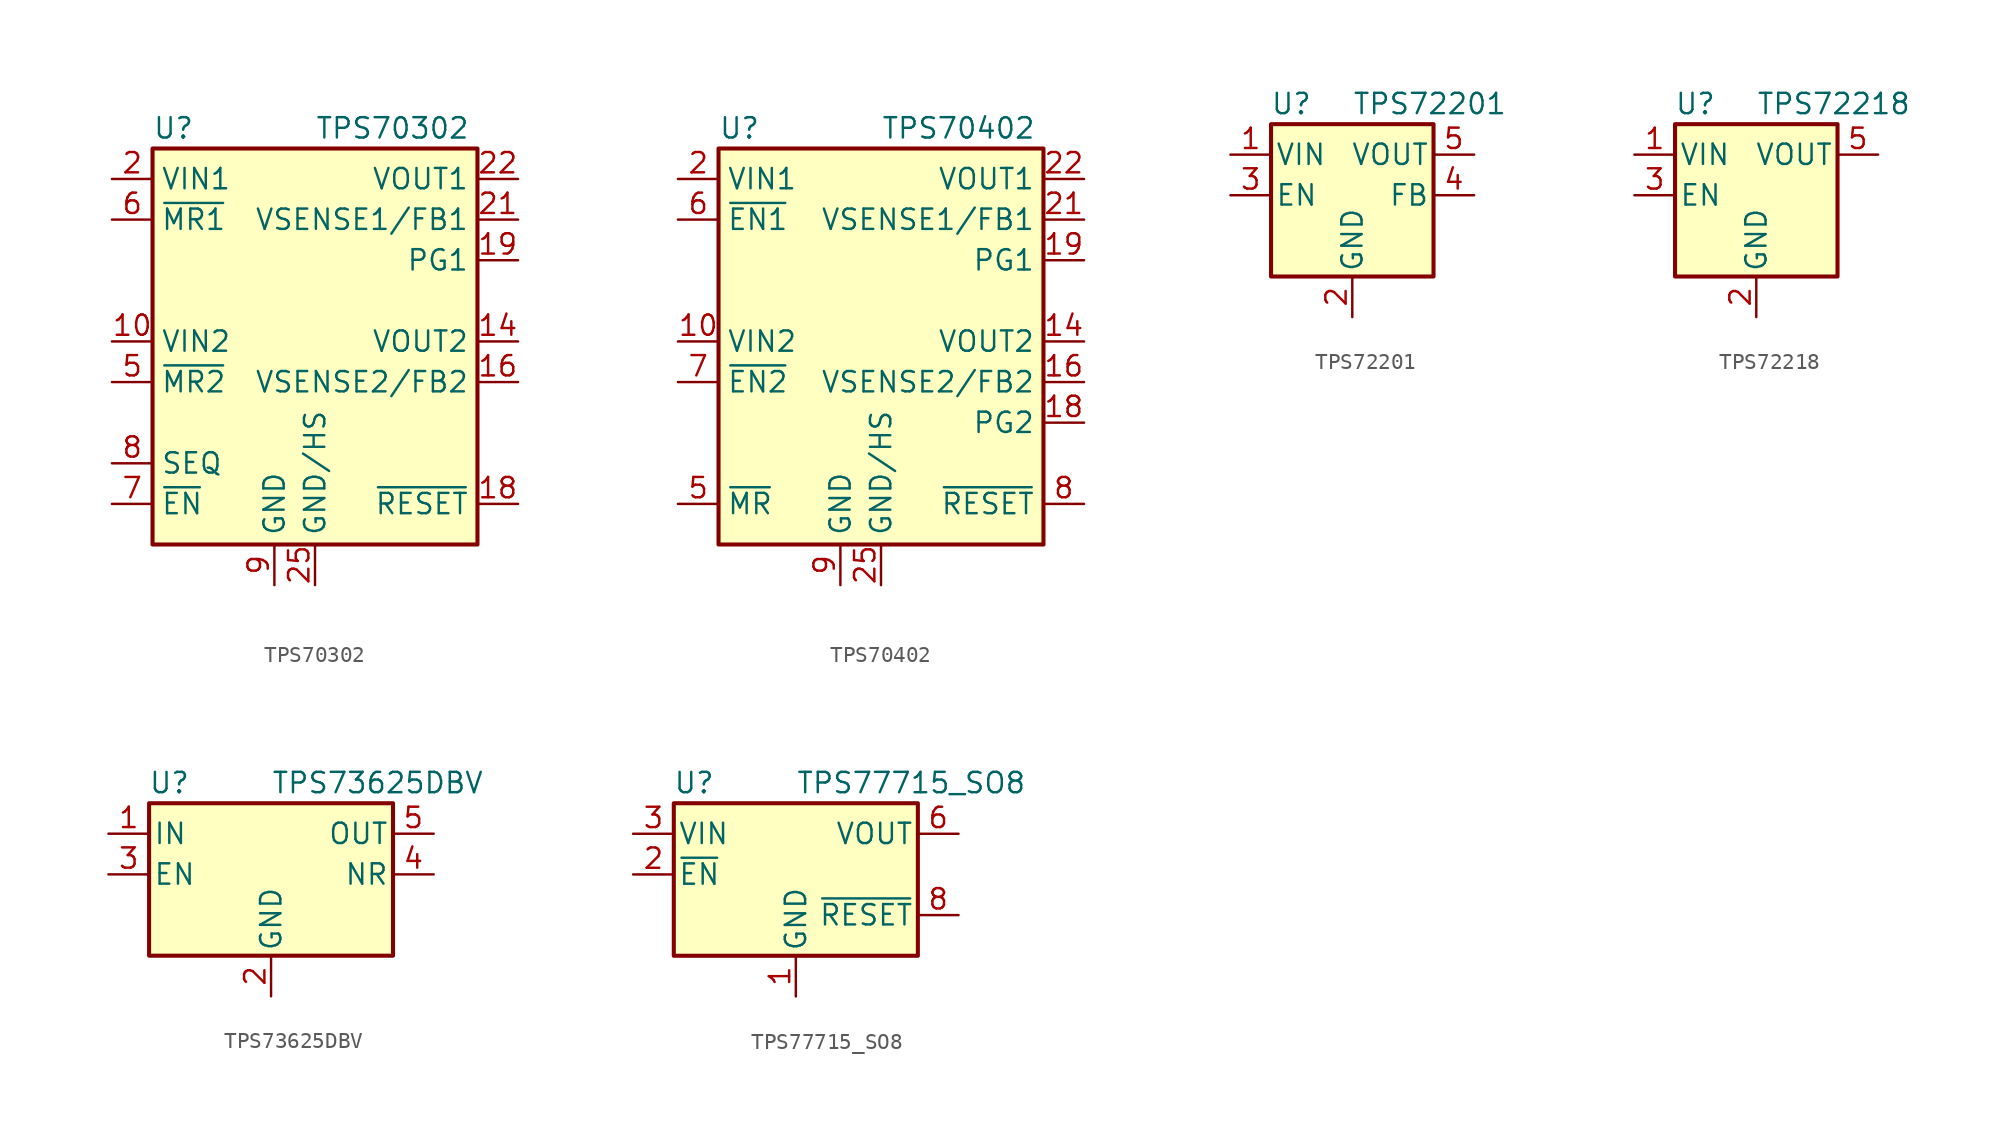
<source format=kicad_sym>
(kicad_symbol_lib
  (version 20201005)
  (generator kicad_symbol_editor)
  (symbol "TPS70302"
    (property "Reference" "U"
      (at -10.16 13.335 0)
      (effects (font (size 1.27 1.27)) (justify left)))
    (property "Value" "TPS70302"
      (at 0 13.335 0)
      (effects (font (size 1.27 1.27)) (justify left)))
    (symbol "TPS70302_0_1"
      (rectangle (start -10.16 12.065) (end 10.16 -12.7) (stroke (width 0.254)) (fill (type background))))
    (symbol "TPS70302_1_1"
      (pin passive line (at 0 -15.24 90) (length 2.54) hide (name "GND/HS" (effects (font (size 1.27 1.27)))) (number "1" (effects (font (size 1.27 1.27)))))
      (pin power_in line (at -12.7 0 0) (length 2.54) (name "VIN2" (effects (font (size 1.27 1.27)))) (number "10" (effects (font (size 1.27 1.27)))))
      (pin passive line (at -12.7 0 0) (length 2.54) hide (name "VIN2" (effects (font (size 1.27 1.27)))) (number "11" (effects (font (size 1.27 1.27)))))
      (pin passive line (at 0 -15.24 90) (length 2.54) hide (name "GND/HS" (effects (font (size 1.27 1.27)))) (number "12" (effects (font (size 1.27 1.27)))))
      (pin passive line (at 0 -15.24 90) (length 2.54) hide (name "GND/HS" (effects (font (size 1.27 1.27)))) (number "13" (effects (font (size 1.27 1.27)))))
      (pin power_out line (at 12.7 0 180) (length 2.54) (name "VOUT2" (effects (font (size 1.27 1.27)))) (number "14" (effects (font (size 1.27 1.27)))))
      (pin passive line (at 12.7 0 180) (length 2.54) hide (name "VOUT2" (effects (font (size 1.27 1.27)))) (number "15" (effects (font (size 1.27 1.27)))))
      (pin input line (at 12.7 -2.54 180) (length 2.54) (name "VSENSE2/FB2" (effects (font (size 1.27 1.27)))) (number "16" (effects (font (size 1.27 1.27)))))
      (pin no_connect line (at -10.16 2.54 0) (length 2.54) hide (name "NC" (effects (font (size 1.27 1.27)))) (number "17" (effects (font (size 1.27 1.27)))))
      (pin open_collector line (at 12.7 -10.16 180) (length 2.54) (name "~RESET" (effects (font (size 1.27 1.27)))) (number "18" (effects (font (size 1.27 1.27)))))
      (pin open_collector line (at 12.7 5.08 180) (length 2.54) (name "PG1" (effects (font (size 1.27 1.27)))) (number "19" (effects (font (size 1.27 1.27)))))
      (pin power_in line (at -12.7 10.16 0) (length 2.54) (name "VIN1" (effects (font (size 1.27 1.27)))) (number "2" (effects (font (size 1.27 1.27)))))
      (pin no_connect line (at -10.16 -5.08 0) (length 2.54) hide (name "NC" (effects (font (size 1.27 1.27)))) (number "20" (effects (font (size 1.27 1.27)))))
      (pin input line (at 12.7 7.62 180) (length 2.54) (name "VSENSE1/FB1" (effects (font (size 1.27 1.27)))) (number "21" (effects (font (size 1.27 1.27)))))
      (pin power_out line (at 12.7 10.16 180) (length 2.54) (name "VOUT1" (effects (font (size 1.27 1.27)))) (number "22" (effects (font (size 1.27 1.27)))))
      (pin passive line (at 12.7 10.16 180) (length 2.54) hide (name "VOUT1" (effects (font (size 1.27 1.27)))) (number "23" (effects (font (size 1.27 1.27)))))
      (pin passive line (at 0 -15.24 90) (length 2.54) hide (name "GND/HS" (effects (font (size 1.27 1.27)))) (number "24" (effects (font (size 1.27 1.27)))))
      (pin power_in line (at 0 -15.24 90) (length 2.54) (name "GND/HS" (effects (font (size 1.27 1.27)))) (number "25" (effects (font (size 1.27 1.27)))))
      (pin passive line (at -12.7 10.16 0) (length 2.54) hide (name "VIN1" (effects (font (size 1.27 1.27)))) (number "3" (effects (font (size 1.27 1.27)))))
      (pin no_connect line (at -10.16 5.08 0) (length 2.54) hide (name "NC" (effects (font (size 1.27 1.27)))) (number "4" (effects (font (size 1.27 1.27)))))
      (pin input line (at -12.7 -2.54 0) (length 2.54) (name "~MR2" (effects (font (size 1.27 1.27)))) (number "5" (effects (font (size 1.27 1.27)))))
      (pin input line (at -12.7 7.62 0) (length 2.54) (name "~MR1" (effects (font (size 1.27 1.27)))) (number "6" (effects (font (size 1.27 1.27)))))
      (pin input line (at -12.7 -10.16 0) (length 2.54) (name "~EN" (effects (font (size 1.27 1.27)))) (number "7" (effects (font (size 1.27 1.27)))))
      (pin input line (at -12.7 -7.62 0) (length 2.54) (name "SEQ" (effects (font (size 1.27 1.27)))) (number "8" (effects (font (size 1.27 1.27)))))
      (pin power_in line (at -2.54 -15.24 90) (length 2.54) (name "GND" (effects (font (size 1.27 1.27)))) (number "9" (effects (font (size 1.27 1.27)))))))
  (symbol "TPS70402"
    (property "Reference" "U"
      (at -10.16 13.335 0)
      (effects (font (size 1.27 1.27)) (justify left)))
    (property "Value" "TPS70402"
      (at 0 13.335 0)
      (effects (font (size 1.27 1.27)) (justify left)))
    (symbol "TPS70402_0_1"
      (rectangle (start -10.16 12.065) (end 10.16 -12.7) (stroke (width 0.254)) (fill (type background))))
    (symbol "TPS70402_1_1"
      (pin passive line (at 0 -15.24 90) (length 2.54) hide (name "GND/HS" (effects (font (size 1.27 1.27)))) (number "1" (effects (font (size 1.27 1.27)))))
      (pin power_in line (at -12.7 0 0) (length 2.54) (name "VIN2" (effects (font (size 1.27 1.27)))) (number "10" (effects (font (size 1.27 1.27)))))
      (pin passive line (at -12.7 0 0) (length 2.54) hide (name "VIN2" (effects (font (size 1.27 1.27)))) (number "11" (effects (font (size 1.27 1.27)))))
      (pin passive line (at 0 -15.24 90) (length 2.54) hide (name "GND/HS" (effects (font (size 1.27 1.27)))) (number "12" (effects (font (size 1.27 1.27)))))
      (pin passive line (at 0 -15.24 90) (length 2.54) hide (name "GND/HS" (effects (font (size 1.27 1.27)))) (number "13" (effects (font (size 1.27 1.27)))))
      (pin power_out line (at 12.7 0 180) (length 2.54) (name "VOUT2" (effects (font (size 1.27 1.27)))) (number "14" (effects (font (size 1.27 1.27)))))
      (pin passive line (at 12.7 0 180) (length 2.54) hide (name "VOUT2" (effects (font (size 1.27 1.27)))) (number "15" (effects (font (size 1.27 1.27)))))
      (pin input line (at 12.7 -2.54 180) (length 2.54) (name "VSENSE2/FB2" (effects (font (size 1.27 1.27)))) (number "16" (effects (font (size 1.27 1.27)))))
      (pin no_connect line (at -10.16 2.54 0) (length 2.54) hide (name "NC" (effects (font (size 1.27 1.27)))) (number "17" (effects (font (size 1.27 1.27)))))
      (pin open_collector line (at 12.7 -5.08 180) (length 2.54) (name "PG2" (effects (font (size 1.27 1.27)))) (number "18" (effects (font (size 1.27 1.27)))))
      (pin open_collector line (at 12.7 5.08 180) (length 2.54) (name "PG1" (effects (font (size 1.27 1.27)))) (number "19" (effects (font (size 1.27 1.27)))))
      (pin power_in line (at -12.7 10.16 0) (length 2.54) (name "VIN1" (effects (font (size 1.27 1.27)))) (number "2" (effects (font (size 1.27 1.27)))))
      (pin no_connect line (at -10.16 -5.08 0) (length 2.54) hide (name "NC" (effects (font (size 1.27 1.27)))) (number "20" (effects (font (size 1.27 1.27)))))
      (pin input line (at 12.7 7.62 180) (length 2.54) (name "VSENSE1/FB1" (effects (font (size 1.27 1.27)))) (number "21" (effects (font (size 1.27 1.27)))))
      (pin power_out line (at 12.7 10.16 180) (length 2.54) (name "VOUT1" (effects (font (size 1.27 1.27)))) (number "22" (effects (font (size 1.27 1.27)))))
      (pin passive line (at 12.7 10.16 180) (length 2.54) hide (name "VOUT1" (effects (font (size 1.27 1.27)))) (number "23" (effects (font (size 1.27 1.27)))))
      (pin passive line (at 0 -15.24 90) (length 2.54) hide (name "GND/HS" (effects (font (size 1.27 1.27)))) (number "24" (effects (font (size 1.27 1.27)))))
      (pin power_in line (at 0 -15.24 90) (length 2.54) (name "GND/HS" (effects (font (size 1.27 1.27)))) (number "25" (effects (font (size 1.27 1.27)))))
      (pin passive line (at -12.7 10.16 0) (length 2.54) hide (name "VIN1" (effects (font (size 1.27 1.27)))) (number "3" (effects (font (size 1.27 1.27)))))
      (pin no_connect line (at -10.16 5.08 0) (length 2.54) hide (name "NC" (effects (font (size 1.27 1.27)))) (number "4" (effects (font (size 1.27 1.27)))))
      (pin input line (at -12.7 -10.16 0) (length 2.54) (name "~MR" (effects (font (size 1.27 1.27)))) (number "5" (effects (font (size 1.27 1.27)))))
      (pin input line (at -12.7 7.62 0) (length 2.54) (name "~EN1" (effects (font (size 1.27 1.27)))) (number "6" (effects (font (size 1.27 1.27)))))
      (pin input line (at -12.7 -2.54 0) (length 2.54) (name "~EN2" (effects (font (size 1.27 1.27)))) (number "7" (effects (font (size 1.27 1.27)))))
      (pin open_collector line (at 12.7 -10.16 180) (length 2.54) (name "~RESET" (effects (font (size 1.27 1.27)))) (number "8" (effects (font (size 1.27 1.27)))))
      (pin power_in line (at -2.54 -15.24 90) (length 2.54) (name "GND" (effects (font (size 1.27 1.27)))) (number "9" (effects (font (size 1.27 1.27)))))))
  (symbol "TPS72201"
    (pin_names
      (offset 0.254))
    (property "Reference" "U"
      (at -3.81 5.715 0)
      (effects (font (size 1.27 1.27))))
    (property "Value" "TPS72201"
      (at 0 5.715 0)
      (effects (font (size 1.27 1.27)) (justify left)))
    (symbol "TPS72201_0_1"
      (rectangle (start -5.08 4.445) (end 5.08 -5.08) (stroke (width 0.254)) (fill (type background))))
    (symbol "TPS72201_1_1"
      (pin power_in line (at -7.62 2.54 0) (length 2.54) (name "VIN" (effects (font (size 1.27 1.27)))) (number "1" (effects (font (size 1.27 1.27)))))
      (pin power_in line (at 0 -7.62 90) (length 2.54) (name "GND" (effects (font (size 1.27 1.27)))) (number "2" (effects (font (size 1.27 1.27)))))
      (pin input line (at -7.62 0 0) (length 2.54) (name "EN" (effects (font (size 1.27 1.27)))) (number "3" (effects (font (size 1.27 1.27)))))
      (pin input line (at 7.62 0 180) (length 2.54) (name "FB" (effects (font (size 1.27 1.27)))) (number "4" (effects (font (size 1.27 1.27)))))
      (pin power_out line (at 7.62 2.54 180) (length 2.54) (name "VOUT" (effects (font (size 1.27 1.27)))) (number "5" (effects (font (size 1.27 1.27)))))))
  (symbol "TPS72218"
    (pin_names
      (offset 0.254))
    (property "Reference" "U"
      (at -3.81 5.715 0)
      (effects (font (size 1.27 1.27))))
    (property "Value" "TPS72218"
      (at 0 5.715 0)
      (effects (font (size 1.27 1.27)) (justify left)))
    (symbol "TPS72218_0_1"
      (rectangle (start -5.08 4.445) (end 5.08 -5.08) (stroke (width 0.254)) (fill (type background))))
    (symbol "TPS72218_1_1"
      (pin power_in line (at -7.62 2.54 0) (length 2.54) (name "VIN" (effects (font (size 1.27 1.27)))) (number "1" (effects (font (size 1.27 1.27)))))
      (pin power_in line (at 0 -7.62 90) (length 2.54) (name "GND" (effects (font (size 1.27 1.27)))) (number "2" (effects (font (size 1.27 1.27)))))
      (pin input line (at -7.62 0 0) (length 2.54) (name "EN" (effects (font (size 1.27 1.27)))) (number "3" (effects (font (size 1.27 1.27)))))
      (pin no_connect line (at 2.54 0 180) (length 2.54) hide (name "NC" (effects (font (size 1.27 1.27)))) (number "4" (effects (font (size 1.27 1.27)))))
      (pin power_out line (at 7.62 2.54 180) (length 2.54) (name "VOUT" (effects (font (size 1.27 1.27)))) (number "5" (effects (font (size 1.27 1.27)))))))
  (symbol "TPS73625DBV"
    (pin_names
      (offset 0.254))
    (property "Reference" "U"
      (at -6.35 5.715 0)
      (effects (font (size 1.27 1.27))))
    (property "Value" "TPS73625DBV"
      (at 0 5.715 0)
      (effects (font (size 1.27 1.27)) (justify left)))
    (symbol "TPS73625DBV_0_1"
      (rectangle (start -7.62 4.445) (end 7.62 -5.08) (stroke (width 0.254)) (fill (type background))))
    (symbol "TPS73625DBV_1_1"
      (pin power_in line (at -10.16 2.54 0) (length 2.54) (name "IN" (effects (font (size 1.27 1.27)))) (number "1" (effects (font (size 1.27 1.27)))))
      (pin power_in line (at 0 -7.62 90) (length 2.54) (name "GND" (effects (font (size 1.27 1.27)))) (number "2" (effects (font (size 1.27 1.27)))))
      (pin input line (at -10.16 0 0) (length 2.54) (name "EN" (effects (font (size 1.27 1.27)))) (number "3" (effects (font (size 1.27 1.27)))))
      (pin passive line (at 10.16 0 180) (length 2.54) (name "NR" (effects (font (size 1.27 1.27)))) (number "4" (effects (font (size 1.27 1.27)))))
      (pin power_out line (at 10.16 2.54 180) (length 2.54) (name "OUT" (effects (font (size 1.27 1.27)))) (number "5" (effects (font (size 1.27 1.27)))))))
  (symbol "TPS77715_SO8"
    (pin_names
      (offset 0.254))
    (property "Reference" "U"
      (at -6.35 5.715 0)
      (effects (font (size 1.27 1.27))))
    (property "Value" "TPS77715_SO8"
      (at 0 5.715 0)
      (effects (font (size 1.27 1.27)) (justify left)))
    (symbol "TPS77715_SO8_0_1"
      (rectangle (start -7.62 4.445) (end 7.62 -5.08) (stroke (width 0.254)) (fill (type background))))
    (symbol "TPS77715_SO8_1_1"
      (pin power_in line (at 0 -7.62 90) (length 2.54) (name "GND" (effects (font (size 1.27 1.27)))) (number "1" (effects (font (size 1.27 1.27)))))
      (pin input line (at -10.16 0 0) (length 2.54) (name "~EN~" (effects (font (size 1.27 1.27)))) (number "2" (effects (font (size 1.27 1.27)))))
      (pin power_in line (at -10.16 2.54 0) (length 2.54) (name "VIN" (effects (font (size 1.27 1.27)))) (number "3" (effects (font (size 1.27 1.27)))))
      (pin passive line (at -10.16 2.54 0) (length 2.54) hide (name "VIN" (effects (font (size 1.27 1.27)))) (number "4" (effects (font (size 1.27 1.27)))))
      (pin passive line (at 10.16 2.54 180) (length 2.54) hide (name "VOUT" (effects (font (size 1.27 1.27)))) (number "5" (effects (font (size 1.27 1.27)))))
      (pin power_out line (at 10.16 2.54 180) (length 2.54) (name "VOUT" (effects (font (size 1.27 1.27)))) (number "6" (effects (font (size 1.27 1.27)))))
      (pin no_connect line (at 10.16 0 180) (length 2.54) hide (name "NC" (effects (font (size 1.27 1.27)))) (number "7" (effects (font (size 1.27 1.27)))))
      (pin open_collector line (at 10.16 -2.54 180) (length 2.54) (name "~RESET~" (effects (font (size 1.27 1.27)))) (number "8" (effects (font (size 1.27 1.27))))))))
</source>
